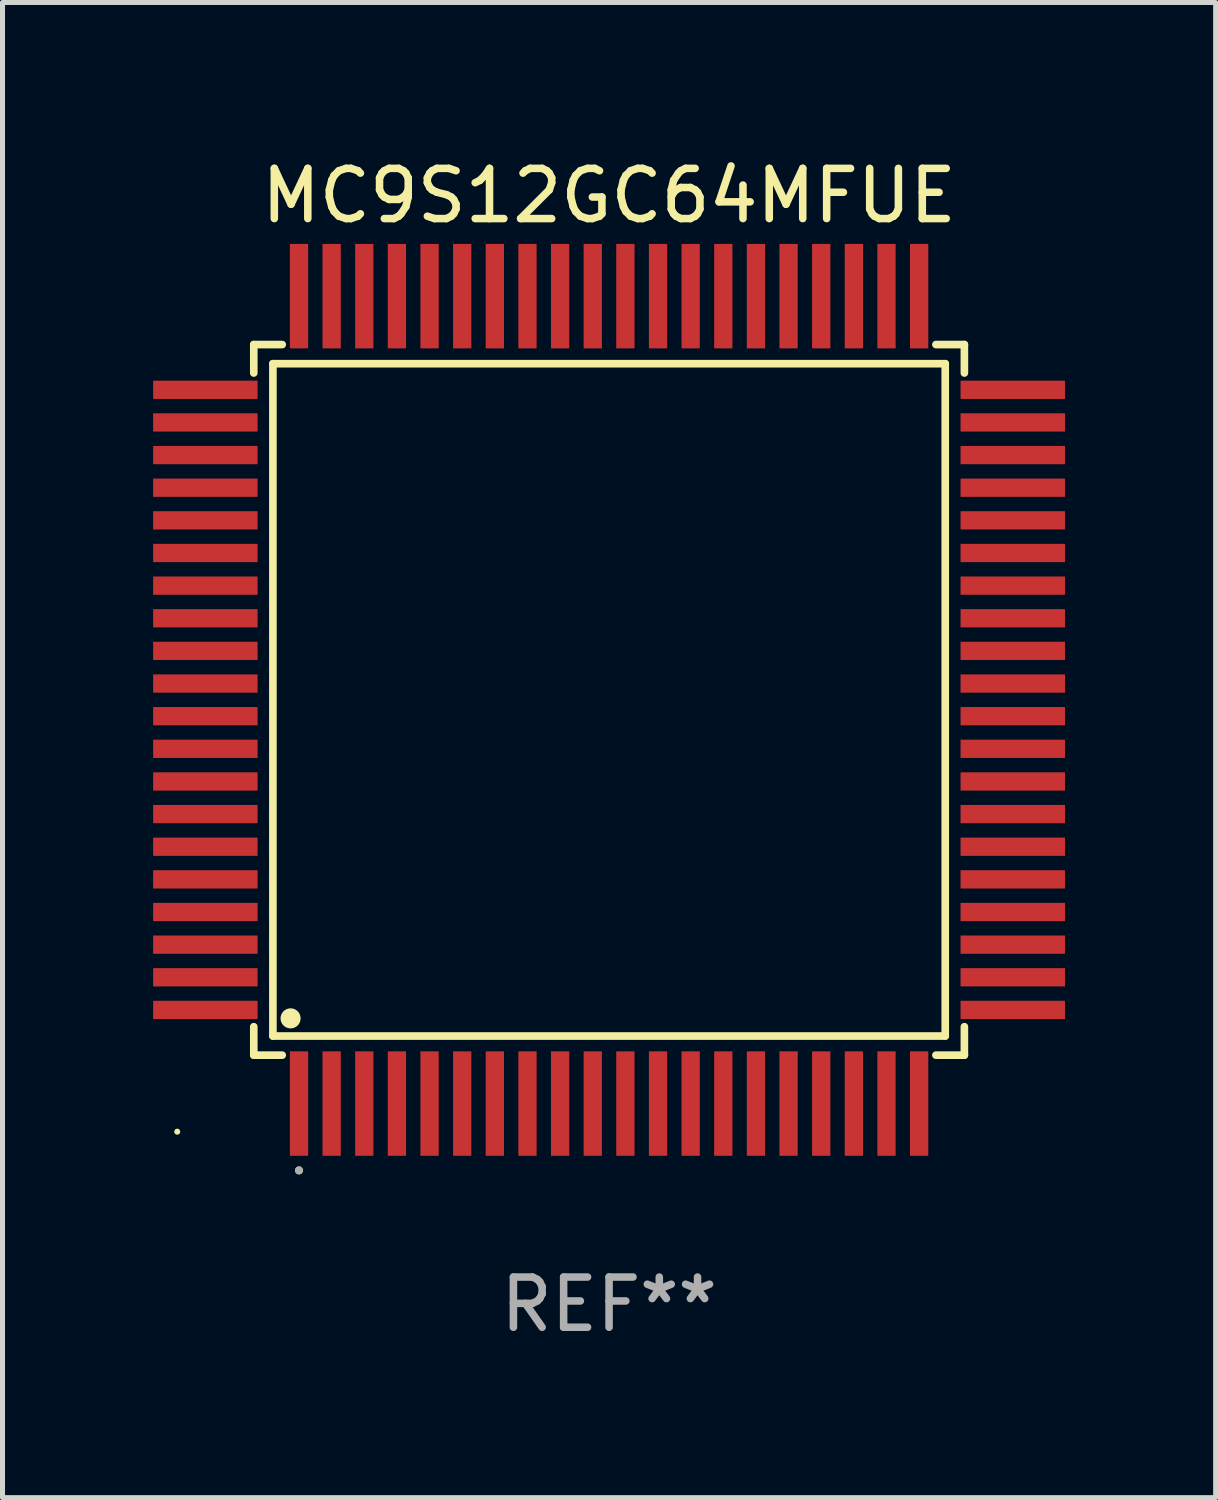
<source format=kicad_pcb>
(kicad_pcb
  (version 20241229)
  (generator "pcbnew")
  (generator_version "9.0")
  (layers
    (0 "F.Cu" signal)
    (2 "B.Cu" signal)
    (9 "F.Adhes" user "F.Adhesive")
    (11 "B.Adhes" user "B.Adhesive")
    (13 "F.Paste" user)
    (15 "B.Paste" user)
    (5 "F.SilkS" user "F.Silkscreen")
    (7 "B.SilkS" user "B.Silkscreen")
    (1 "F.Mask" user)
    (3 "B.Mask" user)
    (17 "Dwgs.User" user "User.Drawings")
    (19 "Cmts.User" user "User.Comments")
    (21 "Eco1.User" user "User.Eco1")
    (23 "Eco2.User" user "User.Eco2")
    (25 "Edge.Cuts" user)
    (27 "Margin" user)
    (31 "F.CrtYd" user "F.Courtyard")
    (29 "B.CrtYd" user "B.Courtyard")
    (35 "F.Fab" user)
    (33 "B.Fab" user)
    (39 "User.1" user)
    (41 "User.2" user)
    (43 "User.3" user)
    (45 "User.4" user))
  (footprint "MC9S12GC64MFUE"
    (layer "F.Cu")
    (at 9.08 10.888)
    (property "Reference" "MC9S12GC64MFUE" (at 0 -10.04 0) (layer "F.SilkS") (effects (font (size 1 1) (thickness 0.15))))
    (attr through_hole)
    (fp_line (start -7.076 -7.076) (end -7.076 -6.509) (stroke (width 0.152) (type solid)) (layer "F.SilkS"))
    (fp_line (start -7.076 7.076) (end -7.076 6.509) (stroke (width 0.152) (type solid)) (layer "F.SilkS"))
    (fp_line (start -6.695 -6.695) (end 6.695 -6.695) (stroke (width 0.152) (type solid)) (layer "F.SilkS"))
    (fp_line (start -6.695 6.695) (end -6.695 -6.695) (stroke (width 0.152) (type solid)) (layer "F.SilkS"))
    (fp_line (start -6.509 -7.076) (end -7.076 -7.076) (stroke (width 0.152) (type solid)) (layer "F.SilkS"))
    (fp_line (start -6.509 7.076) (end -7.076 7.076) (stroke (width 0.152) (type solid)) (layer "F.SilkS"))
    (fp_line (start 6.509 -7.076) (end 7.076 -7.076) (stroke (width 0.152) (type solid)) (layer "F.SilkS"))
    (fp_line (start 6.509 7.076) (end 7.076 7.076) (stroke (width 0.152) (type solid)) (layer "F.SilkS"))
    (fp_line (start 6.695 -6.695) (end 6.695 6.695) (stroke (width 0.152) (type solid)) (layer "F.SilkS"))
    (fp_line (start 6.695 6.695) (end -6.695 6.695) (stroke (width 0.152) (type solid)) (layer "F.SilkS"))
    (fp_line (start 7.076 -7.076) (end 7.076 -6.509) (stroke (width 0.152) (type solid)) (layer "F.SilkS"))
    (fp_line (start 7.076 7.076) (end 7.076 6.509) (stroke (width 0.152) (type solid)) (layer "F.SilkS"))
    (fp_circle (center -8.6 8.6) (end -8.57 8.6) (stroke (width 0.06) (type solid)) (fill no) (layer "F.SilkS"))
    (fp_circle (center -6.343 6.343) (end -6.243 6.343) (stroke (width 0.2) (type solid)) (fill no) (layer "F.SilkS"))
    (fp_circle (center -6.175 9.371) (end -6.135 9.371) (stroke (width 0.08) (type solid)) (fill no) (layer "F.SilkS"))
    (fp_circle (center -6.175 9.371) (end -6.135 9.371) (stroke (width 0.08) (type solid)) (fill no) (layer "F.Fab"))
    (fp_text user "REF**" (at 0 12.04 0) (layer "F.Fab") (effects (font (size 1 1) (thickness 0.15))))
    (pad "1" smd rect (at -6.175 8.04) (size 0.364 2.08) (layers "F.Cu" "F.Mask" "F.Paste"))
    (pad "2" smd rect (at -5.525 8.04) (size 0.364 2.08) (layers "F.Cu" "F.Mask" "F.Paste"))
    (pad "3" smd rect (at -4.875 8.04) (size 0.364 2.08) (layers "F.Cu" "F.Mask" "F.Paste"))
    (pad "4" smd rect (at -4.225 8.04) (size 0.364 2.08) (layers "F.Cu" "F.Mask" "F.Paste"))
    (pad "5" smd rect (at -3.575 8.04) (size 0.364 2.08) (layers "F.Cu" "F.Mask" "F.Paste"))
    (pad "6" smd rect (at -2.925 8.04) (size 0.364 2.08) (layers "F.Cu" "F.Mask" "F.Paste"))
    (pad "7" smd rect (at -2.275 8.04) (size 0.364 2.08) (layers "F.Cu" "F.Mask" "F.Paste"))
    (pad "8" smd rect (at -1.625 8.04) (size 0.364 2.08) (layers "F.Cu" "F.Mask" "F.Paste"))
    (pad "9" smd rect (at -0.975 8.04) (size 0.364 2.08) (layers "F.Cu" "F.Mask" "F.Paste"))
    (pad "10" smd rect (at -0.325 8.04) (size 0.364 2.08) (layers "F.Cu" "F.Mask" "F.Paste"))
    (pad "11" smd rect (at 0.325 8.04) (size 0.364 2.08) (layers "F.Cu" "F.Mask" "F.Paste"))
    (pad "12" smd rect (at 0.975 8.04) (size 0.364 2.08) (layers "F.Cu" "F.Mask" "F.Paste"))
    (pad "13" smd rect (at 1.625 8.04) (size 0.364 2.08) (layers "F.Cu" "F.Mask" "F.Paste"))
    (pad "14" smd rect (at 2.275 8.04) (size 0.364 2.08) (layers "F.Cu" "F.Mask" "F.Paste"))
    (pad "15" smd rect (at 2.925 8.04) (size 0.364 2.08) (layers "F.Cu" "F.Mask" "F.Paste"))
    (pad "16" smd rect (at 3.575 8.04) (size 0.364 2.08) (layers "F.Cu" "F.Mask" "F.Paste"))
    (pad "17" smd rect (at 4.225 8.04) (size 0.364 2.08) (layers "F.Cu" "F.Mask" "F.Paste"))
    (pad "18" smd rect (at 4.875 8.04) (size 0.364 2.08) (layers "F.Cu" "F.Mask" "F.Paste"))
    (pad "19" smd rect (at 5.525 8.04) (size 0.364 2.08) (layers "F.Cu" "F.Mask" "F.Paste"))
    (pad "20" smd rect (at 6.175 8.04) (size 0.364 2.08) (layers "F.Cu" "F.Mask" "F.Paste"))
    (pad "21" smd rect (at 8.04 6.175) (size 2.08 0.364) (layers "F.Cu" "F.Mask" "F.Paste"))
    (pad "22" smd rect (at 8.04 5.525) (size 2.08 0.364) (layers "F.Cu" "F.Mask" "F.Paste"))
    (pad "23" smd rect (at 8.04 4.875) (size 2.08 0.364) (layers "F.Cu" "F.Mask" "F.Paste"))
    (pad "24" smd rect (at 8.04 4.225) (size 2.08 0.364) (layers "F.Cu" "F.Mask" "F.Paste"))
    (pad "25" smd rect (at 8.04 3.575) (size 2.08 0.364) (layers "F.Cu" "F.Mask" "F.Paste"))
    (pad "26" smd rect (at 8.04 2.925) (size 2.08 0.364) (layers "F.Cu" "F.Mask" "F.Paste"))
    (pad "27" smd rect (at 8.04 2.275) (size 2.08 0.364) (layers "F.Cu" "F.Mask" "F.Paste"))
    (pad "28" smd rect (at 8.04 1.625) (size 2.08 0.364) (layers "F.Cu" "F.Mask" "F.Paste"))
    (pad "29" smd rect (at 8.04 0.975) (size 2.08 0.364) (layers "F.Cu" "F.Mask" "F.Paste"))
    (pad "30" smd rect (at 8.04 0.325) (size 2.08 0.364) (layers "F.Cu" "F.Mask" "F.Paste"))
    (pad "31" smd rect (at 8.04 -0.325) (size 2.08 0.364) (layers "F.Cu" "F.Mask" "F.Paste"))
    (pad "32" smd rect (at 8.04 -0.975) (size 2.08 0.364) (layers "F.Cu" "F.Mask" "F.Paste"))
    (pad "33" smd rect (at 8.04 -1.625) (size 2.08 0.364) (layers "F.Cu" "F.Mask" "F.Paste"))
    (pad "34" smd rect (at 8.04 -2.275) (size 2.08 0.364) (layers "F.Cu" "F.Mask" "F.Paste"))
    (pad "35" smd rect (at 8.04 -2.925) (size 2.08 0.364) (layers "F.Cu" "F.Mask" "F.Paste"))
    (pad "36" smd rect (at 8.04 -3.575) (size 2.08 0.364) (layers "F.Cu" "F.Mask" "F.Paste"))
    (pad "37" smd rect (at 8.04 -4.225) (size 2.08 0.364) (layers "F.Cu" "F.Mask" "F.Paste"))
    (pad "38" smd rect (at 8.04 -4.875) (size 2.08 0.364) (layers "F.Cu" "F.Mask" "F.Paste"))
    (pad "39" smd rect (at 8.04 -5.525) (size 2.08 0.364) (layers "F.Cu" "F.Mask" "F.Paste"))
    (pad "40" smd rect (at 8.04 -6.175) (size 2.08 0.364) (layers "F.Cu" "F.Mask" "F.Paste"))
    (pad "41" smd rect (at 6.175 -8.04) (size 0.364 2.08) (layers "F.Cu" "F.Mask" "F.Paste"))
    (pad "42" smd rect (at 5.525 -8.04) (size 0.364 2.08) (layers "F.Cu" "F.Mask" "F.Paste"))
    (pad "43" smd rect (at 4.875 -8.04) (size 0.364 2.08) (layers "F.Cu" "F.Mask" "F.Paste"))
    (pad "44" smd rect (at 4.225 -8.04) (size 0.364 2.08) (layers "F.Cu" "F.Mask" "F.Paste"))
    (pad "45" smd rect (at 3.575 -8.04) (size 0.364 2.08) (layers "F.Cu" "F.Mask" "F.Paste"))
    (pad "46" smd rect (at 2.925 -8.04) (size 0.364 2.08) (layers "F.Cu" "F.Mask" "F.Paste"))
    (pad "47" smd rect (at 2.275 -8.04) (size 0.364 2.08) (layers "F.Cu" "F.Mask" "F.Paste"))
    (pad "48" smd rect (at 1.625 -8.04) (size 0.364 2.08) (layers "F.Cu" "F.Mask" "F.Paste"))
    (pad "49" smd rect (at 0.975 -8.04) (size 0.364 2.08) (layers "F.Cu" "F.Mask" "F.Paste"))
    (pad "50" smd rect (at 0.325 -8.04) (size 0.364 2.08) (layers "F.Cu" "F.Mask" "F.Paste"))
    (pad "51" smd rect (at -0.325 -8.04) (size 0.364 2.08) (layers "F.Cu" "F.Mask" "F.Paste"))
    (pad "52" smd rect (at -0.975 -8.04) (size 0.364 2.08) (layers "F.Cu" "F.Mask" "F.Paste"))
    (pad "53" smd rect (at -1.625 -8.04) (size 0.364 2.08) (layers "F.Cu" "F.Mask" "F.Paste"))
    (pad "54" smd rect (at -2.275 -8.04) (size 0.364 2.08) (layers "F.Cu" "F.Mask" "F.Paste"))
    (pad "55" smd rect (at -2.925 -8.04) (size 0.364 2.08) (layers "F.Cu" "F.Mask" "F.Paste"))
    (pad "56" smd rect (at -3.575 -8.04) (size 0.364 2.08) (layers "F.Cu" "F.Mask" "F.Paste"))
    (pad "57" smd rect (at -4.225 -8.04) (size 0.364 2.08) (layers "F.Cu" "F.Mask" "F.Paste"))
    (pad "58" smd rect (at -4.875 -8.04) (size 0.364 2.08) (layers "F.Cu" "F.Mask" "F.Paste"))
    (pad "59" smd rect (at -5.525 -8.04) (size 0.364 2.08) (layers "F.Cu" "F.Mask" "F.Paste"))
    (pad "60" smd rect (at -6.175 -8.04) (size 0.364 2.08) (layers "F.Cu" "F.Mask" "F.Paste"))
    (pad "61" smd rect (at -8.04 -6.175) (size 2.08 0.364) (layers "F.Cu" "F.Mask" "F.Paste"))
    (pad "62" smd rect (at -8.04 -5.525) (size 2.08 0.364) (layers "F.Cu" "F.Mask" "F.Paste"))
    (pad "63" smd rect (at -8.04 -4.875) (size 2.08 0.364) (layers "F.Cu" "F.Mask" "F.Paste"))
    (pad "64" smd rect (at -8.04 -4.225) (size 2.08 0.364) (layers "F.Cu" "F.Mask" "F.Paste"))
    (pad "65" smd rect (at -8.04 -3.575) (size 2.08 0.364) (layers "F.Cu" "F.Mask" "F.Paste"))
    (pad "66" smd rect (at -8.04 -2.925) (size 2.08 0.364) (layers "F.Cu" "F.Mask" "F.Paste"))
    (pad "67" smd rect (at -8.04 -2.275) (size 2.08 0.364) (layers "F.Cu" "F.Mask" "F.Paste"))
    (pad "68" smd rect (at -8.04 -1.625) (size 2.08 0.364) (layers "F.Cu" "F.Mask" "F.Paste"))
    (pad "69" smd rect (at -8.04 -0.975) (size 2.08 0.364) (layers "F.Cu" "F.Mask" "F.Paste"))
    (pad "70" smd rect (at -8.04 -0.325) (size 2.08 0.364) (layers "F.Cu" "F.Mask" "F.Paste"))
    (pad "71" smd rect (at -8.04 0.325) (size 2.08 0.364) (layers "F.Cu" "F.Mask" "F.Paste"))
    (pad "72" smd rect (at -8.04 0.975) (size 2.08 0.364) (layers "F.Cu" "F.Mask" "F.Paste"))
    (pad "73" smd rect (at -8.04 1.625) (size 2.08 0.364) (layers "F.Cu" "F.Mask" "F.Paste"))
    (pad "74" smd rect (at -8.04 2.275) (size 2.08 0.364) (layers "F.Cu" "F.Mask" "F.Paste"))
    (pad "75" smd rect (at -8.04 2.925) (size 2.08 0.364) (layers "F.Cu" "F.Mask" "F.Paste"))
    (pad "76" smd rect (at -8.04 3.575) (size 2.08 0.364) (layers "F.Cu" "F.Mask" "F.Paste"))
    (pad "77" smd rect (at -8.04 4.225) (size 2.08 0.364) (layers "F.Cu" "F.Mask" "F.Paste"))
    (pad "78" smd rect (at -8.04 4.875) (size 2.08 0.364) (layers "F.Cu" "F.Mask" "F.Paste"))
    (pad "79" smd rect (at -8.04 5.525) (size 2.08 0.364) (layers "F.Cu" "F.Mask" "F.Paste"))
    (pad "80" smd rect (at -8.04 6.175) (size 2.08 0.364) (layers "F.Cu" "F.Mask" "F.Paste")))
  (gr_rect
    (start -3 -3)
    (end 21.16 26.776)
    (stroke (width 0.1) (type default))
    (fill no)
    (layer "Edge.Cuts")))
</source>
